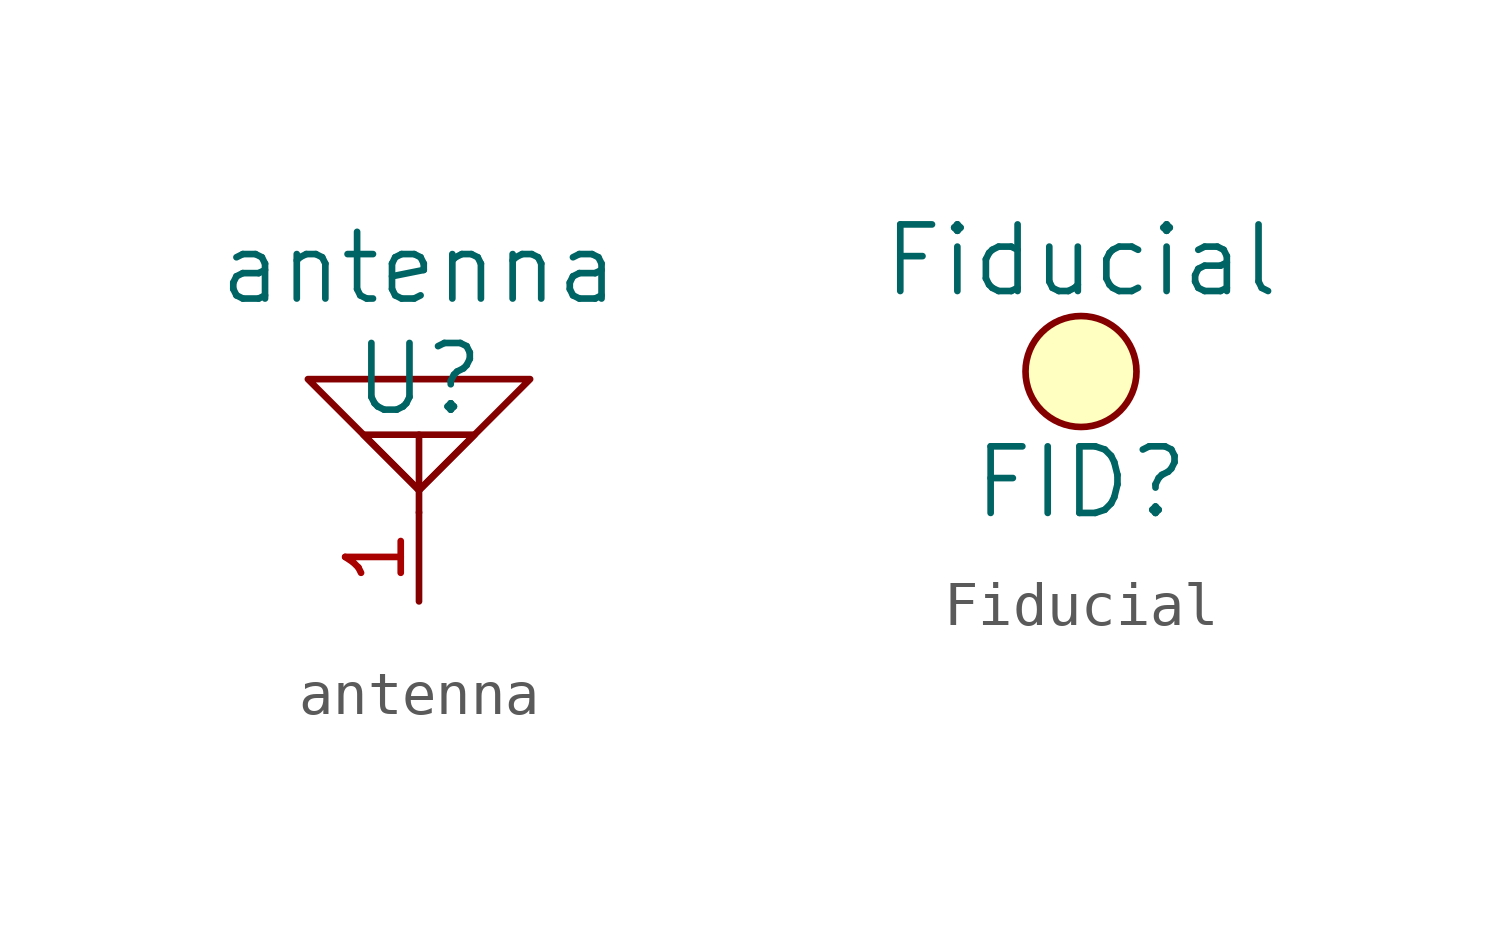
<source format=kicad_sym>
(kicad_symbol_lib
  (version 20211014)
  (generator kicad_symbol_editor)
  (symbol "antenna"
    (pin_names
      (offset 1.016))
    (property "Reference" "U"
      (at 0 2.54 0)
      (effects (font (size 1.524 1.524))))
    (property "Value" "antenna"
      (at 0 5.08 0)
      (effects (font (size 1.524 1.524))))
    (property "Footprint" ""
      (at 0 0 0)
      (effects (font (size 1.524 1.524))))
    (property "Datasheet" ""
      (at 0 0 0)
      (effects (font (size 1.524 1.524))))
    (symbol "antenna_0_1"
      (polyline (pts (xy 0 0) (xy 0 -0.508)) (stroke (width 0) (type default) (color 0 0 0 0)) (fill (type none)))
      (polyline (pts (xy 0 1.27) (xy 0 0)) (stroke (width 0) (type default) (color 0 0 0 0)) (fill (type none)))
      (polyline (pts (xy -1.27 1.27) (xy 1.27 1.27) (xy 0 0) (xy -1.27 1.27)) (stroke (width 0) (type default) (color 0 0 0 0)) (fill (type none)))
      (polyline (pts (xy 0 0) (xy -2.54 2.54) (xy 2.54 2.54) (xy 1.27 1.27) (xy 0 0)) (stroke (width 0) (type default) (color 0 0 0 0)) (fill (type none))))
    (symbol "antenna_1_1"
      (pin input line (at 0 -2.54 90) (length 2.032) (name "~" (effects (font (size 1.27 1.27)))) (number "1" (effects (font (size 1.27 1.27)))))))
  (symbol "Fiducial"
    (pin_names
      (offset 1.016))
    (property "Reference" "FID"
      (at 0 -2.54 0)
      (effects (font (size 1.524 1.524))))
    (property "Value" "Fiducial"
      (at 0 2.54 0)
      (effects (font (size 1.524 1.524))))
    (property "Footprint" ""
      (at 0 0 0)
      (effects (font (size 1.524 1.524))))
    (property "Datasheet" ""
      (at 0 0 0)
      (effects (font (size 1.524 1.524))))
    (symbol "Fiducial_0_1"
      (circle (center 0 0) (radius 1.27) (stroke (width 0) (type default) (color 0 0 0 0)) (fill (type background))))))
</source>
